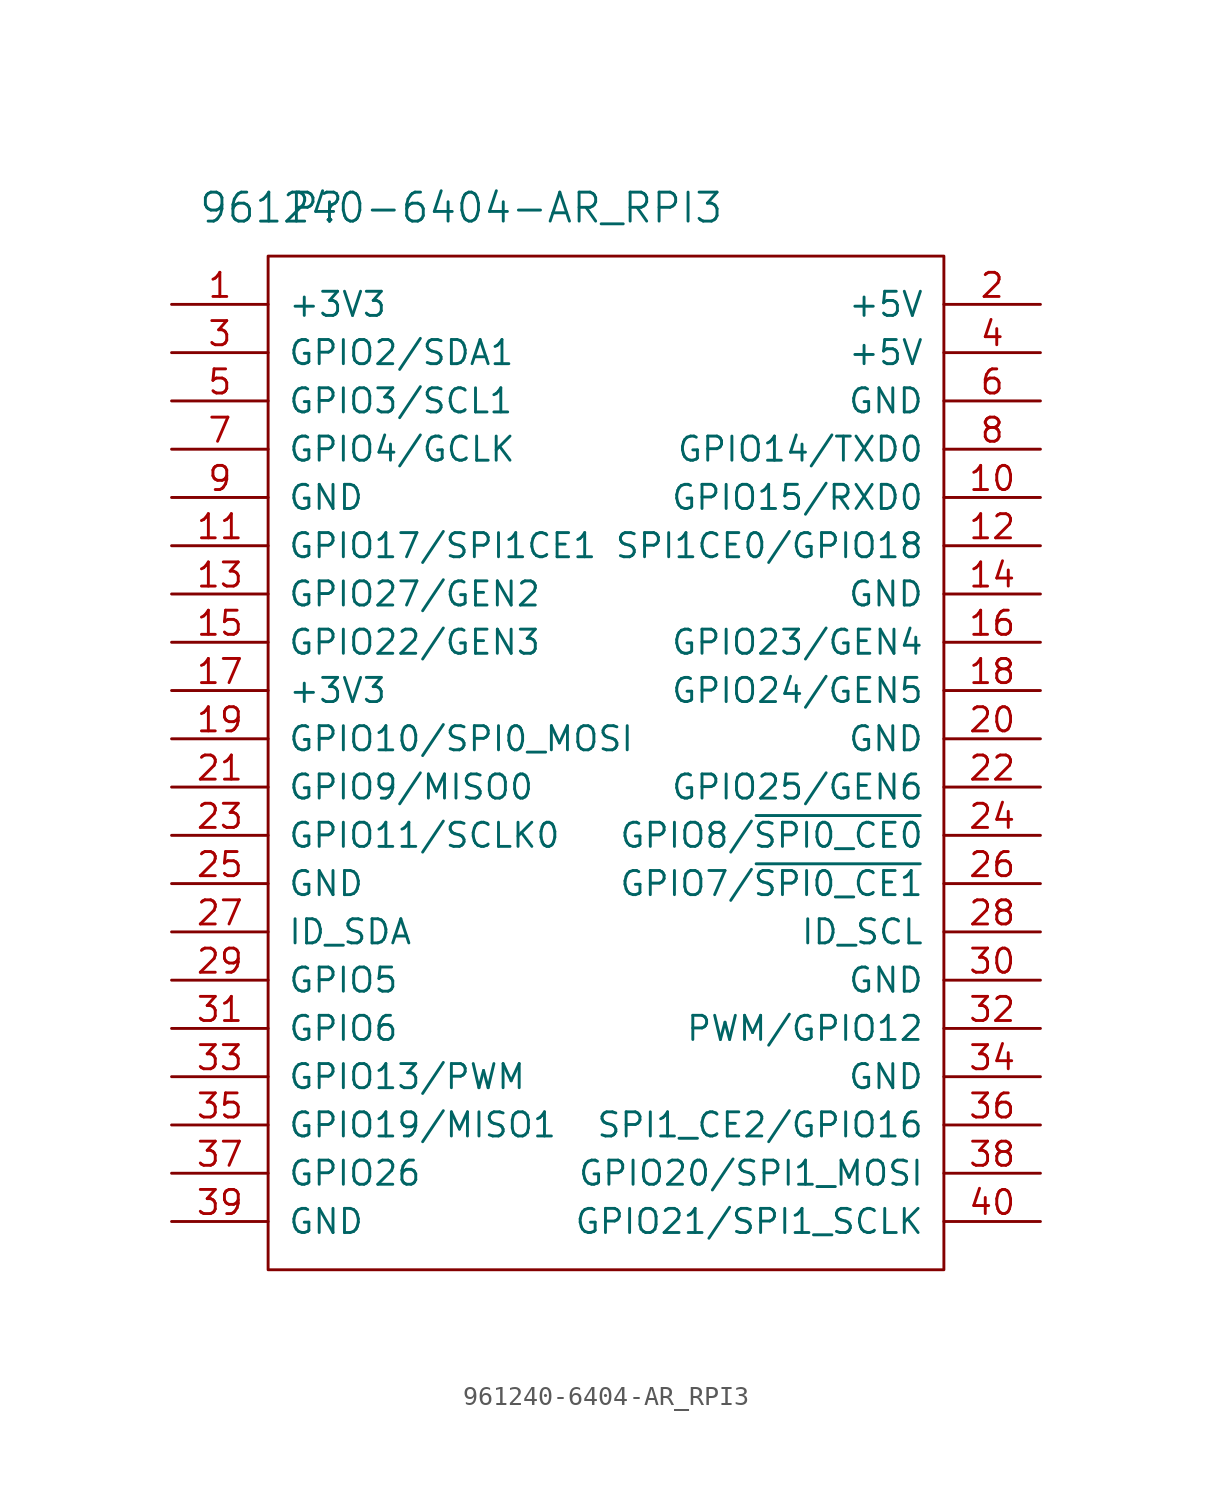
<source format=kicad_sym>
(kicad_symbol_lib
  (version 20220914)
  (generator kicad_symbol_editor)
  (symbol "961240-6404-AR_RPI3"
    (pin_names
      (offset 1.016))
    (property "Reference" "P"
      (at 2.54 55.88 0)
      (effects (font (size 1.524 1.524))))
    (property "Value" "961240-6404-AR_RPI3"
      (at 10.16 55.88 0)
      (effects (font (size 1.524 1.524))))
    (symbol "961240-6404-AR_RPI3_0_1"
      (rectangle (start 0 0) (end 35.56 53.34) (stroke (width 0) (type solid)) (fill (type none))))
    (symbol "961240-6404-AR_RPI3_1_1"
      (pin passive line (at -5.08 50.8 0) (length 5.08) (name "+3V3" (effects (font (size 1.27 1.27)))) (number "1" (effects (font (size 1.27 1.27)))))
      (pin passive line (at 40.64 40.64 180) (length 5.08) (name "GPIO15/RXD0" (effects (font (size 1.27 1.27)))) (number "10" (effects (font (size 1.27 1.27)))))
      (pin passive line (at -5.08 38.1 0) (length 5.08) (name "GPIO17/SPI1CE1" (effects (font (size 1.27 1.27)))) (number "11" (effects (font (size 1.27 1.27)))))
      (pin passive line (at 40.64 38.1 180) (length 5.08) (name "SPI1CE0/GPIO18" (effects (font (size 1.27 1.27)))) (number "12" (effects (font (size 1.27 1.27)))))
      (pin passive line (at -5.08 35.56 0) (length 5.08) (name "GPIO27/GEN2" (effects (font (size 1.27 1.27)))) (number "13" (effects (font (size 1.27 1.27)))))
      (pin passive line (at 40.64 35.56 180) (length 5.08) (name "GND" (effects (font (size 1.27 1.27)))) (number "14" (effects (font (size 1.27 1.27)))))
      (pin input line (at -5.08 33.02 0) (length 5.08) (name "GPIO22/GEN3" (effects (font (size 1.27 1.27)))) (number "15" (effects (font (size 1.27 1.27)))))
      (pin input line (at 40.64 33.02 180) (length 5.08) (name "GPIO23/GEN4" (effects (font (size 1.27 1.27)))) (number "16" (effects (font (size 1.27 1.27)))))
      (pin passive line (at -5.08 30.48 0) (length 5.08) (name "+3V3" (effects (font (size 1.27 1.27)))) (number "17" (effects (font (size 1.27 1.27)))))
      (pin passive line (at 40.64 30.48 180) (length 5.08) (name "GPIO24/GEN5" (effects (font (size 1.27 1.27)))) (number "18" (effects (font (size 1.27 1.27)))))
      (pin bidirectional line (at -5.08 27.94 0) (length 5.08) (name "GPIO10/SPI0_MOSI" (effects (font (size 1.27 1.27)))) (number "19" (effects (font (size 1.27 1.27)))))
      (pin passive line (at 40.64 50.8 180) (length 5.08) (name "+5V" (effects (font (size 1.27 1.27)))) (number "2" (effects (font (size 1.27 1.27)))))
      (pin input line (at 40.64 27.94 180) (length 5.08) (name "GND" (effects (font (size 1.27 1.27)))) (number "20" (effects (font (size 1.27 1.27)))))
      (pin passive line (at -5.08 25.4 0) (length 5.08) (name "GPIO9/MISO0" (effects (font (size 1.27 1.27)))) (number "21" (effects (font (size 1.27 1.27)))))
      (pin passive line (at 40.64 25.4 180) (length 5.08) (name "GPIO25/GEN6" (effects (font (size 1.27 1.27)))) (number "22" (effects (font (size 1.27 1.27)))))
      (pin passive line (at -5.08 22.86 0) (length 5.08) (name "GPIO11/SCLK0" (effects (font (size 1.27 1.27)))) (number "23" (effects (font (size 1.27 1.27)))))
      (pin passive line (at 40.64 22.86 180) (length 5.08) (name "GPIO8/~{SPI0_CE0}" (effects (font (size 1.27 1.27)))) (number "24" (effects (font (size 1.27 1.27)))))
      (pin passive line (at -5.08 20.32 0) (length 5.08) (name "GND" (effects (font (size 1.27 1.27)))) (number "25" (effects (font (size 1.27 1.27)))))
      (pin passive line (at 40.64 20.32 180) (length 5.08) (name "GPIO7/~{SPI0_CE1}" (effects (font (size 1.27 1.27)))) (number "26" (effects (font (size 1.27 1.27)))))
      (pin passive line (at -5.08 17.78 0) (length 5.08) (name "ID_SDA" (effects (font (size 1.27 1.27)))) (number "27" (effects (font (size 1.27 1.27)))))
      (pin passive line (at 40.64 17.78 180) (length 5.08) (name "ID_SCL" (effects (font (size 1.27 1.27)))) (number "28" (effects (font (size 1.27 1.27)))))
      (pin passive line (at -5.08 15.24 0) (length 5.08) (name "GPIO5" (effects (font (size 1.27 1.27)))) (number "29" (effects (font (size 1.27 1.27)))))
      (pin passive line (at -5.08 48.26 0) (length 5.08) (name "GPIO2/SDA1" (effects (font (size 1.27 1.27)))) (number "3" (effects (font (size 1.27 1.27)))))
      (pin passive line (at 40.64 15.24 180) (length 5.08) (name "GND" (effects (font (size 1.27 1.27)))) (number "30" (effects (font (size 1.27 1.27)))))
      (pin passive line (at -5.08 12.7 0) (length 5.08) (name "GPIO6" (effects (font (size 1.27 1.27)))) (number "31" (effects (font (size 1.27 1.27)))))
      (pin passive line (at 40.64 12.7 180) (length 5.08) (name "PWM/GPIO12" (effects (font (size 1.27 1.27)))) (number "32" (effects (font (size 1.27 1.27)))))
      (pin passive line (at -5.08 10.16 0) (length 5.08) (name "GPIO13/PWM" (effects (font (size 1.27 1.27)))) (number "33" (effects (font (size 1.27 1.27)))))
      (pin passive line (at 40.64 10.16 180) (length 5.08) (name "GND" (effects (font (size 1.27 1.27)))) (number "34" (effects (font (size 1.27 1.27)))))
      (pin passive line (at -5.08 7.62 0) (length 5.08) (name "GPIO19/MISO1" (effects (font (size 1.27 1.27)))) (number "35" (effects (font (size 1.27 1.27)))))
      (pin passive line (at 40.64 7.62 180) (length 5.08) (name "SPI1_CE2/GPIO16" (effects (font (size 1.27 1.27)))) (number "36" (effects (font (size 1.27 1.27)))))
      (pin passive line (at -5.08 5.08 0) (length 5.08) (name "GPIO26" (effects (font (size 1.27 1.27)))) (number "37" (effects (font (size 1.27 1.27)))))
      (pin passive line (at 40.64 5.08 180) (length 5.08) (name "GPIO20/SPI1_MOSI" (effects (font (size 1.27 1.27)))) (number "38" (effects (font (size 1.27 1.27)))))
      (pin passive line (at -5.08 2.54 0) (length 5.08) (name "GND" (effects (font (size 1.27 1.27)))) (number "39" (effects (font (size 1.27 1.27)))))
      (pin passive line (at 40.64 48.26 180) (length 5.08) (name "+5V" (effects (font (size 1.27 1.27)))) (number "4" (effects (font (size 1.27 1.27)))))
      (pin passive line (at 40.64 2.54 180) (length 5.08) (name "GPIO21/SPI1_SCLK" (effects (font (size 1.27 1.27)))) (number "40" (effects (font (size 1.27 1.27)))))
      (pin passive line (at -5.08 45.72 0) (length 5.08) (name "GPIO3/SCL1" (effects (font (size 1.27 1.27)))) (number "5" (effects (font (size 1.27 1.27)))))
      (pin passive line (at 40.64 45.72 180) (length 5.08) (name "GND" (effects (font (size 1.27 1.27)))) (number "6" (effects (font (size 1.27 1.27)))))
      (pin passive line (at -5.08 43.18 0) (length 5.08) (name "GPIO4/GCLK" (effects (font (size 1.27 1.27)))) (number "7" (effects (font (size 1.27 1.27)))))
      (pin passive line (at 40.64 43.18 180) (length 5.08) (name "GPIO14/TXD0" (effects (font (size 1.27 1.27)))) (number "8" (effects (font (size 1.27 1.27)))))
      (pin passive line (at -5.08 40.64 0) (length 5.08) (name "GND" (effects (font (size 1.27 1.27)))) (number "9" (effects (font (size 1.27 1.27))))))))
</source>
